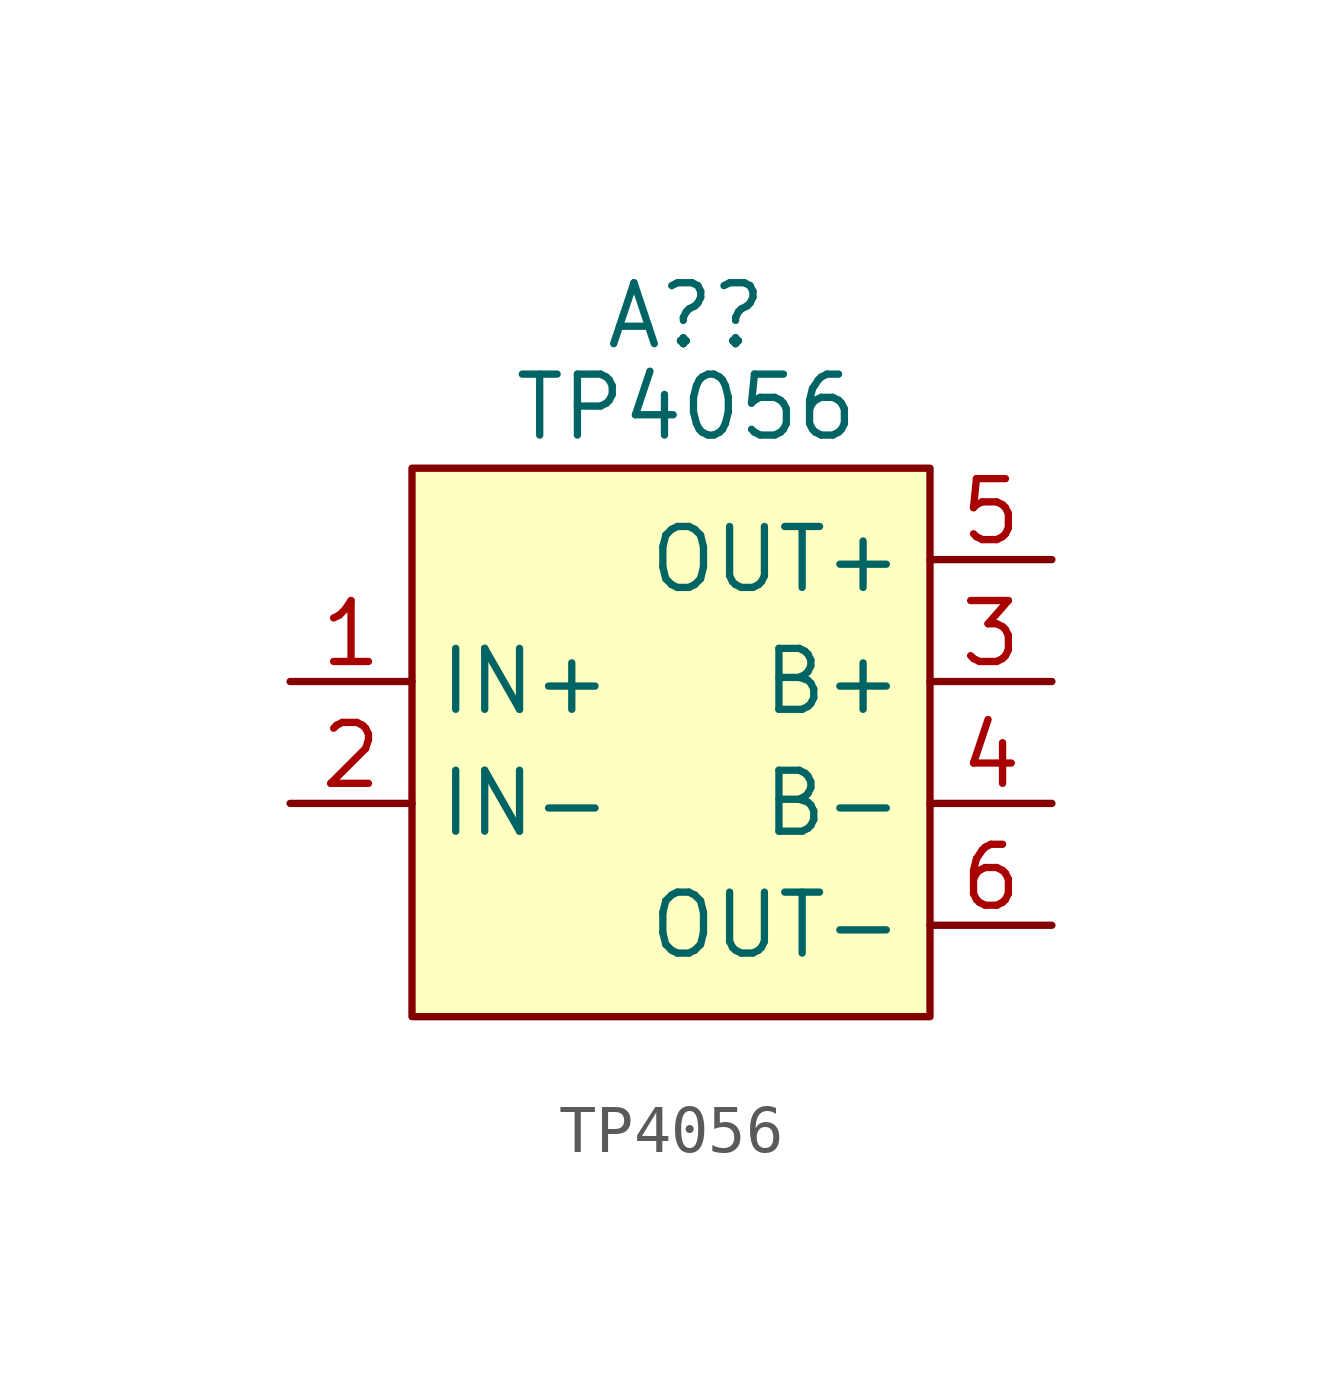
<source format=kicad_sym>
(kicad_symbol_lib
  (version 20211014)
  (generator kicad_symbol_editor)
  (symbol "TP4056"
    (property "Reference" "A?"
      (at 0 8.89 0)
      (effects (font (size 1.27 1.27))))
    (property "Value" "TP4056"
      (at 0 6.985 0)
      (effects (font (size 1.27 1.27))))
    (symbol "TP4056_0_1"
      (rectangle (start 5.08 -5.715) (end -5.715 5.715) (stroke (width 0) (type default) (color 0 0 0 0)) (fill (type background))))
    (symbol "TP4056_1_1"
      (pin power_in line (at -8.255 1.27 0) (length 2.54) (name "IN+" (effects (font (size 1.27 1.27)))) (number "1" (effects (font (size 1.27 1.27)))))
      (pin power_in line (at -8.255 -1.27 0) (length 2.54) (name "IN-" (effects (font (size 1.27 1.27)))) (number "2" (effects (font (size 1.27 1.27)))))
      (pin power_in line (at 7.62 1.27 180) (length 2.54) (name "B+" (effects (font (size 1.27 1.27)))) (number "3" (effects (font (size 1.27 1.27)))))
      (pin power_in line (at 7.62 -1.27 180) (length 2.54) (name "B-" (effects (font (size 1.27 1.27)))) (number "4" (effects (font (size 1.27 1.27)))))
      (pin power_in line (at 7.62 3.81 180) (length 2.54) (name "OUT+" (effects (font (size 1.27 1.27)))) (number "5" (effects (font (size 1.27 1.27)))))
      (pin power_in line (at 7.62 -3.81 180) (length 2.54) (name "OUT-" (effects (font (size 1.27 1.27)))) (number "6" (effects (font (size 1.27 1.27))))))))
</source>
